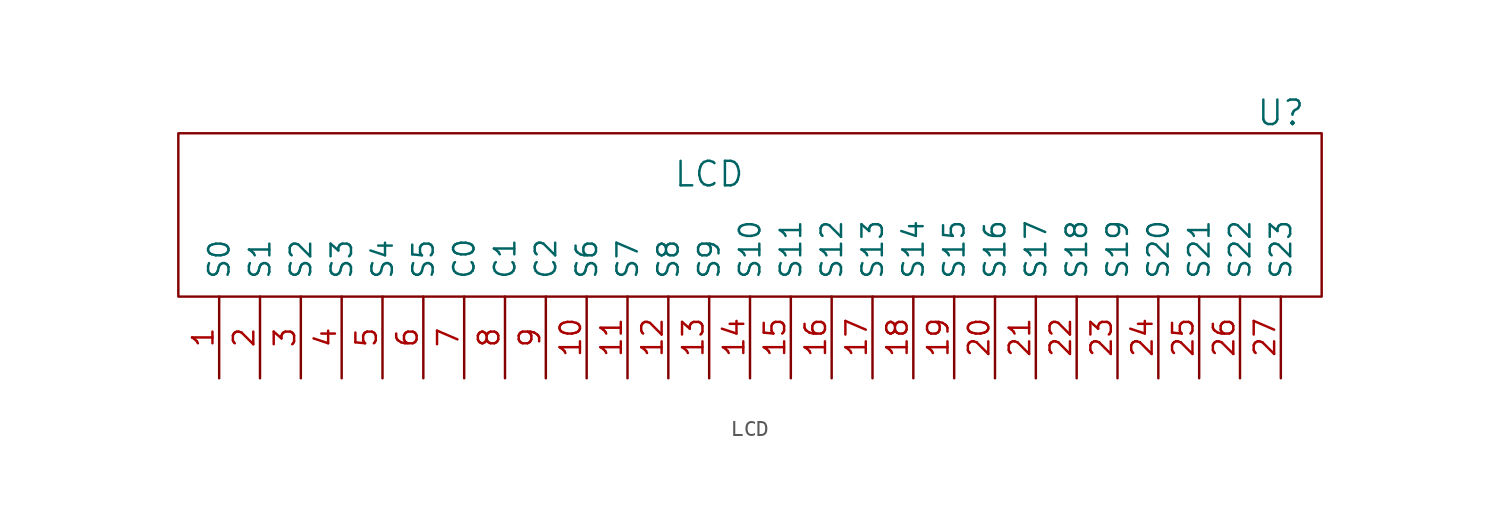
<source format=kicad_sym>
(kicad_symbol_lib
  (version 20231120)
  (generator "kicad_symbol_editor")
  (generator_version "8.0")
  (symbol "LCD"
    (pin_names
      (offset 1.016))
    (property "Reference" "U"
      (at 35.56 6.35 0)
      (effects (font (size 1.524 1.524))))
    (property "Value" "LCD"
      (at 0 2.54 0)
      (effects (font (size 1.524 1.524))))
    (symbol "LCD_1_1"
      (rectangle (start -33.02 5.08) (end 38.1 -5.08) (stroke (width 0) (type default)) (fill (type none)))
      (pin input line (at -30.48 -10.16 90) (length 5.08) (name "S0" (effects (font (size 1.27 1.27)))) (number "1" (effects (font (size 1.27 1.27)))))
      (pin input line (at -7.62 -10.16 90) (length 5.08) (name "S6" (effects (font (size 1.27 1.27)))) (number "10" (effects (font (size 1.27 1.27)))))
      (pin input line (at -5.08 -10.16 90) (length 5.08) (name "S7" (effects (font (size 1.27 1.27)))) (number "11" (effects (font (size 1.27 1.27)))))
      (pin input line (at -2.54 -10.16 90) (length 5.08) (name "S8" (effects (font (size 1.27 1.27)))) (number "12" (effects (font (size 1.27 1.27)))))
      (pin input line (at 0 -10.16 90) (length 5.08) (name "S9" (effects (font (size 1.27 1.27)))) (number "13" (effects (font (size 1.27 1.27)))))
      (pin input line (at 2.54 -10.16 90) (length 5.08) (name "S10" (effects (font (size 1.27 1.27)))) (number "14" (effects (font (size 1.27 1.27)))))
      (pin input line (at 5.08 -10.16 90) (length 5.08) (name "S11" (effects (font (size 1.27 1.27)))) (number "15" (effects (font (size 1.27 1.27)))))
      (pin input line (at 7.62 -10.16 90) (length 5.08) (name "S12" (effects (font (size 1.27 1.27)))) (number "16" (effects (font (size 1.27 1.27)))))
      (pin input line (at 10.16 -10.16 90) (length 5.08) (name "S13" (effects (font (size 1.27 1.27)))) (number "17" (effects (font (size 1.27 1.27)))))
      (pin input line (at 12.7 -10.16 90) (length 5.08) (name "S14" (effects (font (size 1.27 1.27)))) (number "18" (effects (font (size 1.27 1.27)))))
      (pin input line (at 15.24 -10.16 90) (length 5.08) (name "S15" (effects (font (size 1.27 1.27)))) (number "19" (effects (font (size 1.27 1.27)))))
      (pin input line (at -27.94 -10.16 90) (length 5.08) (name "S1" (effects (font (size 1.27 1.27)))) (number "2" (effects (font (size 1.27 1.27)))))
      (pin input line (at 17.78 -10.16 90) (length 5.08) (name "S16" (effects (font (size 1.27 1.27)))) (number "20" (effects (font (size 1.27 1.27)))))
      (pin input line (at 20.32 -10.16 90) (length 5.08) (name "S17" (effects (font (size 1.27 1.27)))) (number "21" (effects (font (size 1.27 1.27)))))
      (pin input line (at 22.86 -10.16 90) (length 5.08) (name "S18" (effects (font (size 1.27 1.27)))) (number "22" (effects (font (size 1.27 1.27)))))
      (pin input line (at 25.4 -10.16 90) (length 5.08) (name "S19" (effects (font (size 1.27 1.27)))) (number "23" (effects (font (size 1.27 1.27)))))
      (pin input line (at 27.94 -10.16 90) (length 5.08) (name "S20" (effects (font (size 1.27 1.27)))) (number "24" (effects (font (size 1.27 1.27)))))
      (pin input line (at 30.48 -10.16 90) (length 5.08) (name "S21" (effects (font (size 1.27 1.27)))) (number "25" (effects (font (size 1.27 1.27)))))
      (pin input line (at 33.02 -10.16 90) (length 5.08) (name "S22" (effects (font (size 1.27 1.27)))) (number "26" (effects (font (size 1.27 1.27)))))
      (pin input line (at 35.56 -10.16 90) (length 5.08) (name "S23" (effects (font (size 1.27 1.27)))) (number "27" (effects (font (size 1.27 1.27)))))
      (pin input line (at -25.4 -10.16 90) (length 5.08) (name "S2" (effects (font (size 1.27 1.27)))) (number "3" (effects (font (size 1.27 1.27)))))
      (pin input line (at -22.86 -10.16 90) (length 5.08) (name "S3" (effects (font (size 1.27 1.27)))) (number "4" (effects (font (size 1.27 1.27)))))
      (pin input line (at -20.32 -10.16 90) (length 5.08) (name "S4" (effects (font (size 1.27 1.27)))) (number "5" (effects (font (size 1.27 1.27)))))
      (pin input line (at -17.78 -10.16 90) (length 5.08) (name "S5" (effects (font (size 1.27 1.27)))) (number "6" (effects (font (size 1.27 1.27)))))
      (pin input line (at -15.24 -10.16 90) (length 5.08) (name "C0" (effects (font (size 1.27 1.27)))) (number "7" (effects (font (size 1.27 1.27)))))
      (pin input line (at -12.7 -10.16 90) (length 5.08) (name "C1" (effects (font (size 1.27 1.27)))) (number "8" (effects (font (size 1.27 1.27)))))
      (pin input line (at -10.16 -10.16 90) (length 5.08) (name "C2" (effects (font (size 1.27 1.27)))) (number "9" (effects (font (size 1.27 1.27))))))))
</source>
